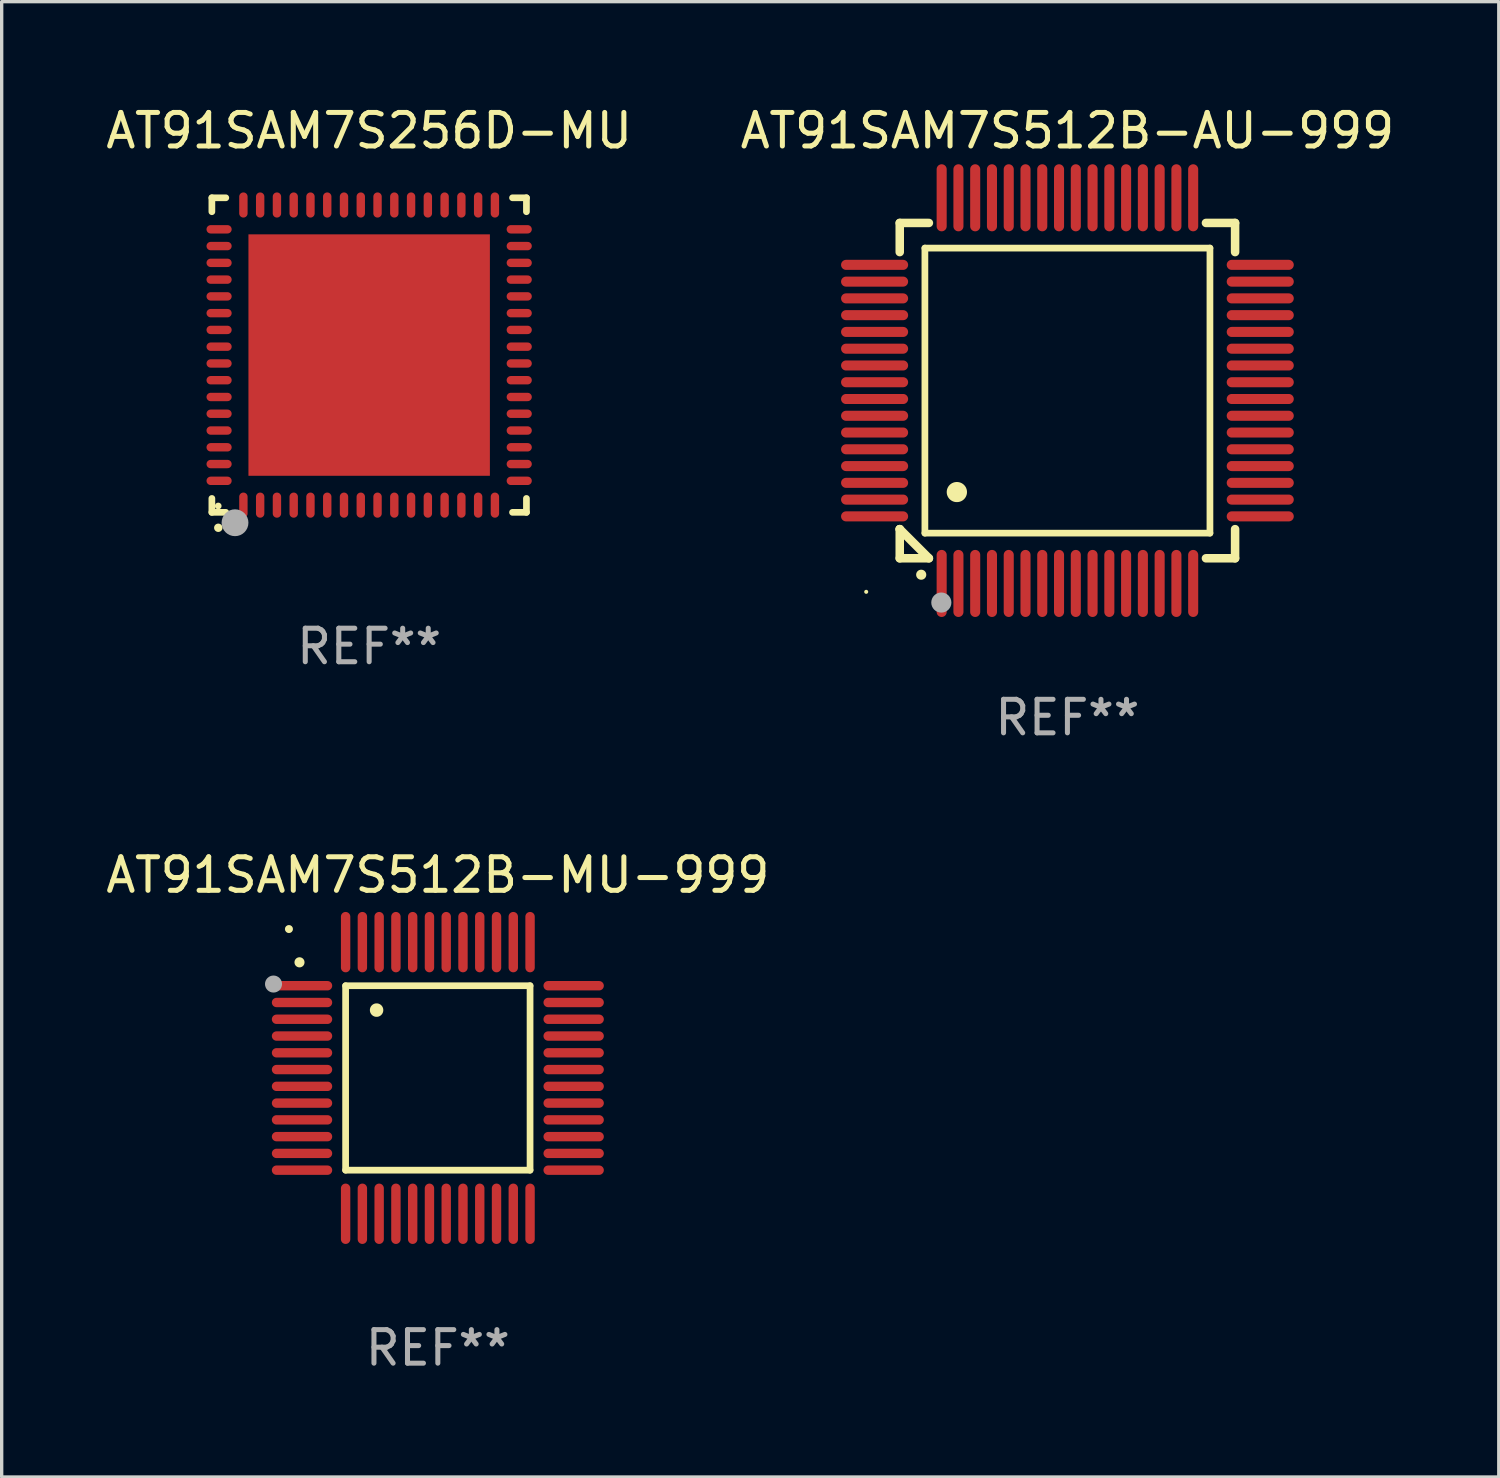
<source format=kicad_pcb>
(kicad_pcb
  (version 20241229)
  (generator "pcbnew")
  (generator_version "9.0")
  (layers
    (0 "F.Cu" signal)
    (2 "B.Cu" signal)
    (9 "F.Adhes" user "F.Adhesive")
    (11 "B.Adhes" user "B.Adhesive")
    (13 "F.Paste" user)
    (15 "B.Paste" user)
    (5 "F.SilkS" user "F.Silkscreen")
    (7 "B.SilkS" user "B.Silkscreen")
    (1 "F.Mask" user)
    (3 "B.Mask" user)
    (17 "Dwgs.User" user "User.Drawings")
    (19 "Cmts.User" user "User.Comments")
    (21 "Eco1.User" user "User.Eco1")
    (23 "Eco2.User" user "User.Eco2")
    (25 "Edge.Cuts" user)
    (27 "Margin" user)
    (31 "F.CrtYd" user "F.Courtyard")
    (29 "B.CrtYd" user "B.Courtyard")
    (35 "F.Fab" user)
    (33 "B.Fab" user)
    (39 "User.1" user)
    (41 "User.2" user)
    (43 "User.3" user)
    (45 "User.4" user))
  (footprint "AT91SAM7S512B-MU-999"
    (layer "F.Cu")
    (at 10.006 29.094)
    (property "Reference" "AT91SAM7S512B-MU-999" (at 0 -6.05 0) (layer "F.SilkS") (effects (font (size 1 1) (thickness 0.15))))
    (attr through_hole)
    (fp_line (start -2.75 -2.75) (end 2.75 -2.75) (stroke (width 0.2) (type solid)) (layer "F.SilkS"))
    (fp_line (start -2.75 2.75) (end -2.75 -2.75) (stroke (width 0.2) (type solid)) (layer "F.SilkS"))
    (fp_line (start 2.75 -2.75) (end 2.75 2.75) (stroke (width 0.2) (type solid)) (layer "F.SilkS"))
    (fp_line (start 2.75 2.75) (end -2.75 2.75) (stroke (width 0.2) (type solid)) (layer "F.SilkS"))
    (fp_arc (start -4.124968 -3.446787) (mid -4.124973 -3.448057) (end -4.124968 -3.449327) (stroke (width 0.3) (type solid)) (layer "F.SilkS"))
    (fp_arc (start -1.826264 -2.021844) (mid -1.826268 -2.023114) (end -1.826264 -2.024384) (stroke (width 0.4) (type solid)) (layer "F.SilkS"))
    (fp_circle (center -4.44 -4.44) (end -4.38 -4.44) (stroke (width 0.12) (type solid)) (fill no) (layer "F.SilkS"))
    (fp_circle (center -4.9 -2.8) (end -4.773 -2.8) (stroke (width 0.254) (type solid)) (fill no) (layer "F.Fab"))
    (fp_text user "REF**" (at 0 8.05 0) (layer "F.Fab") (effects (font (size 1 1) (thickness 0.15))))
    (pad "1" smd oval (at -4.05 -2.75 90) (size 0.28 1.8) (layers "F.Cu" "F.Mask" "F.Paste"))
    (pad "2" smd oval (at -4.05 -2.25 90) (size 0.28 1.8) (layers "F.Cu" "F.Mask" "F.Paste"))
    (pad "3" smd oval (at -4.05 -1.75 90) (size 0.28 1.8) (layers "F.Cu" "F.Mask" "F.Paste"))
    (pad "4" smd oval (at -4.05 -1.25 90) (size 0.28 1.8) (layers "F.Cu" "F.Mask" "F.Paste"))
    (pad "5" smd oval (at -4.05 -0.75 90) (size 0.28 1.8) (layers "F.Cu" "F.Mask" "F.Paste"))
    (pad "6" smd oval (at -4.05 -0.25 90) (size 0.28 1.8) (layers "F.Cu" "F.Mask" "F.Paste"))
    (pad "7" smd oval (at -4.05 0.25 90) (size 0.28 1.8) (layers "F.Cu" "F.Mask" "F.Paste"))
    (pad "8" smd oval (at -4.05 0.75 90) (size 0.28 1.8) (layers "F.Cu" "F.Mask" "F.Paste"))
    (pad "9" smd oval (at -4.05 1.25 90) (size 0.28 1.8) (layers "F.Cu" "F.Mask" "F.Paste"))
    (pad "10" smd oval (at -4.05 1.75 90) (size 0.28 1.8) (layers "F.Cu" "F.Mask" "F.Paste"))
    (pad "11" smd oval (at -4.05 2.25 90) (size 0.28 1.8) (layers "F.Cu" "F.Mask" "F.Paste"))
    (pad "12" smd oval (at -4.05 2.75 90) (size 0.28 1.8) (layers "F.Cu" "F.Mask" "F.Paste"))
    (pad "13" smd oval (at -2.75 4.05) (size 0.28 1.8) (layers "F.Cu" "F.Mask" "F.Paste"))
    (pad "14" smd oval (at -2.25 4.05) (size 0.28 1.8) (layers "F.Cu" "F.Mask" "F.Paste"))
    (pad "15" smd oval (at -1.75 4.05) (size 0.28 1.8) (layers "F.Cu" "F.Mask" "F.Paste"))
    (pad "16" smd oval (at -1.25 4.05) (size 0.28 1.8) (layers "F.Cu" "F.Mask" "F.Paste"))
    (pad "17" smd oval (at -0.75 4.05) (size 0.28 1.8) (layers "F.Cu" "F.Mask" "F.Paste"))
    (pad "18" smd oval (at -0.25 4.05) (size 0.28 1.8) (layers "F.Cu" "F.Mask" "F.Paste"))
    (pad "19" smd oval (at 0.25 4.05) (size 0.28 1.8) (layers "F.Cu" "F.Mask" "F.Paste"))
    (pad "20" smd oval (at 0.75 4.05) (size 0.28 1.8) (layers "F.Cu" "F.Mask" "F.Paste"))
    (pad "21" smd oval (at 1.25 4.05) (size 0.28 1.8) (layers "F.Cu" "F.Mask" "F.Paste"))
    (pad "22" smd oval (at 1.75 4.05) (size 0.28 1.8) (layers "F.Cu" "F.Mask" "F.Paste"))
    (pad "23" smd oval (at 2.25 4.05) (size 0.28 1.8) (layers "F.Cu" "F.Mask" "F.Paste"))
    (pad "24" smd oval (at 2.75 4.05) (size 0.28 1.8) (layers "F.Cu" "F.Mask" "F.Paste"))
    (pad "25" smd oval (at 4.05 2.75 90) (size 0.28 1.8) (layers "F.Cu" "F.Mask" "F.Paste"))
    (pad "26" smd oval (at 4.05 2.25 90) (size 0.28 1.8) (layers "F.Cu" "F.Mask" "F.Paste"))
    (pad "27" smd oval (at 4.05 1.75 90) (size 0.28 1.8) (layers "F.Cu" "F.Mask" "F.Paste"))
    (pad "28" smd oval (at 4.05 1.25 90) (size 0.28 1.8) (layers "F.Cu" "F.Mask" "F.Paste"))
    (pad "29" smd oval (at 4.05 0.75 90) (size 0.28 1.8) (layers "F.Cu" "F.Mask" "F.Paste"))
    (pad "30" smd oval (at 4.05 0.25 90) (size 0.28 1.8) (layers "F.Cu" "F.Mask" "F.Paste"))
    (pad "31" smd oval (at 4.05 -0.25 90) (size 0.28 1.8) (layers "F.Cu" "F.Mask" "F.Paste"))
    (pad "32" smd oval (at 4.05 -0.75 90) (size 0.28 1.8) (layers "F.Cu" "F.Mask" "F.Paste"))
    (pad "33" smd oval (at 4.05 -1.25 90) (size 0.28 1.8) (layers "F.Cu" "F.Mask" "F.Paste"))
    (pad "34" smd oval (at 4.05 -1.75 90) (size 0.28 1.8) (layers "F.Cu" "F.Mask" "F.Paste"))
    (pad "35" smd oval (at 4.05 -2.25 90) (size 0.28 1.8) (layers "F.Cu" "F.Mask" "F.Paste"))
    (pad "36" smd oval (at 4.05 -2.75 90) (size 0.28 1.8) (layers "F.Cu" "F.Mask" "F.Paste"))
    (pad "37" smd oval (at 2.75 -4.05) (size 0.28 1.8) (layers "F.Cu" "F.Mask" "F.Paste"))
    (pad "38" smd oval (at 2.25 -4.05) (size 0.28 1.8) (layers "F.Cu" "F.Mask" "F.Paste"))
    (pad "39" smd oval (at 1.75 -4.05) (size 0.28 1.8) (layers "F.Cu" "F.Mask" "F.Paste"))
    (pad "40" smd oval (at 1.25 -4.05) (size 0.28 1.8) (layers "F.Cu" "F.Mask" "F.Paste"))
    (pad "41" smd oval (at 0.75 -4.05) (size 0.28 1.8) (layers "F.Cu" "F.Mask" "F.Paste"))
    (pad "42" smd oval (at 0.25 -4.05) (size 0.28 1.8) (layers "F.Cu" "F.Mask" "F.Paste"))
    (pad "43" smd oval (at -0.25 -4.05) (size 0.28 1.8) (layers "F.Cu" "F.Mask" "F.Paste"))
    (pad "44" smd oval (at -0.75 -4.05) (size 0.28 1.8) (layers "F.Cu" "F.Mask" "F.Paste"))
    (pad "45" smd oval (at -1.25 -4.05) (size 0.28 1.8) (layers "F.Cu" "F.Mask" "F.Paste"))
    (pad "46" smd oval (at -1.75 -4.05) (size 0.28 1.8) (layers "F.Cu" "F.Mask" "F.Paste"))
    (pad "47" smd oval (at -2.25 -4.05) (size 0.28 1.8) (layers "F.Cu" "F.Mask" "F.Paste"))
    (pad "48" smd oval (at -2.75 -4.05) (size 0.28 1.8) (layers "F.Cu" "F.Mask" "F.Paste")))
  (footprint "AT91SAM7S512B-AU-999"
    (layer "F.Cu")
    (at 28.78 8.598)
    (property "Reference" "AT91SAM7S512B-AU-999" (at 0 -7.75 0) (layer "F.SilkS") (effects (font (size 1 1) (thickness 0.15))))
    (attr through_hole)
    (fp_line (start -5 -5) (end -4.131 -5) (stroke (width 0.254) (type solid)) (layer "F.SilkS"))
    (fp_line (start -5 -4.131) (end -5 -5) (stroke (width 0.254) (type solid)) (layer "F.SilkS"))
    (fp_line (start -5 4.131) (end -5 4.131) (stroke (width 0.254) (type solid)) (layer "F.SilkS"))
    (fp_line (start -5 5) (end -5 4.131) (stroke (width 0.254) (type solid)) (layer "F.SilkS"))
    (fp_line (start -5 4.131) (end -4.131 5) (stroke (width 0.254) (type solid)) (layer "F.SilkS"))
    (fp_line (start -4.25 -4.25) (end -4.25 4.25) (stroke (width 0.2) (type solid)) (layer "F.SilkS"))
    (fp_line (start -4.25 4.25) (end 4.25 4.25) (stroke (width 0.2) (type solid)) (layer "F.SilkS"))
    (fp_line (start -4.131 5) (end -5 5) (stroke (width 0.254) (type solid)) (layer "F.SilkS"))
    (fp_line (start 4.25 -4.25) (end -4.25 -4.25) (stroke (width 0.2) (type solid)) (layer "F.SilkS"))
    (fp_line (start 4.25 4.25) (end 4.25 -4.25) (stroke (width 0.2) (type solid)) (layer "F.SilkS"))
    (fp_line (start 5 -5) (end 4.131 -5) (stroke (width 0.254) (type solid)) (layer "F.SilkS"))
    (fp_line (start 5 -5) (end 5 -4.131) (stroke (width 0.254) (type solid)) (layer "F.SilkS"))
    (fp_line (start 5 4.131) (end 5 5) (stroke (width 0.254) (type solid)) (layer "F.SilkS"))
    (fp_line (start 5 5) (end 4.131 5) (stroke (width 0.254) (type solid)) (layer "F.SilkS"))
    (fp_arc (start -4.361265 5.489992) (mid -4.359995 5.489987) (end -4.358725 5.489992) (stroke (width 0.3) (type solid)) (layer "F.SilkS"))
    (fp_arc (start -3.299467 3.025146) (mid -3.296927 3.025135) (end -3.294387 3.025146) (stroke (width 0.6) (type solid)) (layer "F.SilkS"))
    (fp_circle (center -6 6) (end -5.97 6) (stroke (width 0.06) (type solid)) (fill no) (layer "F.SilkS"))
    (fp_circle (center -3.76 6.32) (end -3.61 6.32) (stroke (width 0.3) (type solid)) (fill no) (layer "F.Fab"))
    (fp_text user "REF**" (at 0 9.75 0) (layer "F.Fab") (effects (font (size 1 1) (thickness 0.15))))
    (pad "1" smd oval (at -3.75 5.75) (size 0.3 2) (layers "F.Cu" "F.Mask" "F.Paste"))
    (pad "2" smd oval (at -3.25 5.75) (size 0.3 2) (layers "F.Cu" "F.Mask" "F.Paste"))
    (pad "3" smd oval (at -2.75 5.75) (size 0.3 2) (layers "F.Cu" "F.Mask" "F.Paste"))
    (pad "4" smd oval (at -2.25 5.75) (size 0.3 2) (layers "F.Cu" "F.Mask" "F.Paste"))
    (pad "5" smd oval (at -1.75 5.75) (size 0.3 2) (layers "F.Cu" "F.Mask" "F.Paste"))
    (pad "6" smd oval (at -1.25 5.75) (size 0.3 2) (layers "F.Cu" "F.Mask" "F.Paste"))
    (pad "7" smd oval (at -0.75 5.75) (size 0.3 2) (layers "F.Cu" "F.Mask" "F.Paste"))
    (pad "8" smd oval (at -0.25 5.75) (size 0.3 2) (layers "F.Cu" "F.Mask" "F.Paste"))
    (pad "9" smd oval (at 0.25 5.75) (size 0.3 2) (layers "F.Cu" "F.Mask" "F.Paste"))
    (pad "10" smd oval (at 0.75 5.75) (size 0.3 2) (layers "F.Cu" "F.Mask" "F.Paste"))
    (pad "11" smd oval (at 1.25 5.75) (size 0.3 2) (layers "F.Cu" "F.Mask" "F.Paste"))
    (pad "12" smd oval (at 1.75 5.75) (size 0.3 2) (layers "F.Cu" "F.Mask" "F.Paste"))
    (pad "13" smd oval (at 2.25 5.75) (size 0.3 2) (layers "F.Cu" "F.Mask" "F.Paste"))
    (pad "14" smd oval (at 2.75 5.75) (size 0.3 2) (layers "F.Cu" "F.Mask" "F.Paste"))
    (pad "15" smd oval (at 3.25 5.75) (size 0.3 2) (layers "F.Cu" "F.Mask" "F.Paste"))
    (pad "16" smd oval (at 3.75 5.75) (size 0.3 2) (layers "F.Cu" "F.Mask" "F.Paste"))
    (pad "17" smd oval (at 5.75 3.75) (size 2 0.3) (layers "F.Cu" "F.Mask" "F.Paste"))
    (pad "18" smd oval (at 5.75 3.25) (size 2 0.3) (layers "F.Cu" "F.Mask" "F.Paste"))
    (pad "19" smd oval (at 5.75 2.75) (size 2 0.3) (layers "F.Cu" "F.Mask" "F.Paste"))
    (pad "20" smd oval (at 5.75 2.25) (size 2 0.3) (layers "F.Cu" "F.Mask" "F.Paste"))
    (pad "21" smd oval (at 5.75 1.75) (size 2 0.3) (layers "F.Cu" "F.Mask" "F.Paste"))
    (pad "22" smd oval (at 5.75 1.25) (size 2 0.3) (layers "F.Cu" "F.Mask" "F.Paste"))
    (pad "23" smd oval (at 5.75 0.75) (size 2 0.3) (layers "F.Cu" "F.Mask" "F.Paste"))
    (pad "24" smd oval (at 5.75 0.25) (size 2 0.3) (layers "F.Cu" "F.Mask" "F.Paste"))
    (pad "25" smd oval (at 5.75 -0.25) (size 2 0.3) (layers "F.Cu" "F.Mask" "F.Paste"))
    (pad "26" smd oval (at 5.75 -0.75) (size 2 0.3) (layers "F.Cu" "F.Mask" "F.Paste"))
    (pad "27" smd oval (at 5.75 -1.25) (size 2 0.3) (layers "F.Cu" "F.Mask" "F.Paste"))
    (pad "28" smd oval (at 5.75 -1.75) (size 2 0.3) (layers "F.Cu" "F.Mask" "F.Paste"))
    (pad "29" smd oval (at 5.75 -2.25) (size 2 0.3) (layers "F.Cu" "F.Mask" "F.Paste"))
    (pad "30" smd oval (at 5.75 -2.75) (size 2 0.3) (layers "F.Cu" "F.Mask" "F.Paste"))
    (pad "31" smd oval (at 5.75 -3.25) (size 2 0.3) (layers "F.Cu" "F.Mask" "F.Paste"))
    (pad "32" smd oval (at 5.75 -3.75) (size 2 0.3) (layers "F.Cu" "F.Mask" "F.Paste"))
    (pad "33" smd oval (at 3.75 -5.75) (size 0.3 2) (layers "F.Cu" "F.Mask" "F.Paste"))
    (pad "34" smd oval (at 3.25 -5.75) (size 0.3 2) (layers "F.Cu" "F.Mask" "F.Paste"))
    (pad "35" smd oval (at 2.75 -5.75) (size 0.3 2) (layers "F.Cu" "F.Mask" "F.Paste"))
    (pad "36" smd oval (at 2.25 -5.75) (size 0.3 2) (layers "F.Cu" "F.Mask" "F.Paste"))
    (pad "37" smd oval (at 1.75 -5.75) (size 0.3 2) (layers "F.Cu" "F.Mask" "F.Paste"))
    (pad "38" smd oval (at 1.25 -5.75) (size 0.3 2) (layers "F.Cu" "F.Mask" "F.Paste"))
    (pad "39" smd oval (at 0.75 -5.75) (size 0.3 2) (layers "F.Cu" "F.Mask" "F.Paste"))
    (pad "40" smd oval (at 0.25 -5.75) (size 0.3 2) (layers "F.Cu" "F.Mask" "F.Paste"))
    (pad "41" smd oval (at -0.25 -5.75) (size 0.3 2) (layers "F.Cu" "F.Mask" "F.Paste"))
    (pad "42" smd oval (at -0.75 -5.75) (size 0.3 2) (layers "F.Cu" "F.Mask" "F.Paste"))
    (pad "43" smd oval (at -1.25 -5.75) (size 0.3 2) (layers "F.Cu" "F.Mask" "F.Paste"))
    (pad "44" smd oval (at -1.75 -5.75) (size 0.3 2) (layers "F.Cu" "F.Mask" "F.Paste"))
    (pad "45" smd oval (at -2.25 -5.75) (size 0.3 2) (layers "F.Cu" "F.Mask" "F.Paste"))
    (pad "46" smd oval (at -2.75 -5.75) (size 0.3 2) (layers "F.Cu" "F.Mask" "F.Paste"))
    (pad "47" smd oval (at -3.25 -5.75) (size 0.3 2) (layers "F.Cu" "F.Mask" "F.Paste"))
    (pad "48" smd oval (at -3.75 -5.75) (size 0.3 2) (layers "F.Cu" "F.Mask" "F.Paste"))
    (pad "49" smd oval (at -5.75 -3.75) (size 2 0.3) (layers "F.Cu" "F.Mask" "F.Paste"))
    (pad "50" smd oval (at -5.75 -3.25) (size 2 0.3) (layers "F.Cu" "F.Mask" "F.Paste"))
    (pad "51" smd oval (at -5.75 -2.75) (size 2 0.3) (layers "F.Cu" "F.Mask" "F.Paste"))
    (pad "52" smd oval (at -5.75 -2.25) (size 2 0.3) (layers "F.Cu" "F.Mask" "F.Paste"))
    (pad "53" smd oval (at -5.75 -1.75) (size 2 0.3) (layers "F.Cu" "F.Mask" "F.Paste"))
    (pad "54" smd oval (at -5.75 -1.25) (size 2 0.3) (layers "F.Cu" "F.Mask" "F.Paste"))
    (pad "55" smd oval (at -5.75 -0.75) (size 2 0.3) (layers "F.Cu" "F.Mask" "F.Paste"))
    (pad "56" smd oval (at -5.75 -0.25) (size 2 0.3) (layers "F.Cu" "F.Mask" "F.Paste"))
    (pad "57" smd oval (at -5.75 0.25) (size 2 0.3) (layers "F.Cu" "F.Mask" "F.Paste"))
    (pad "58" smd oval (at -5.75 0.75) (size 2 0.3) (layers "F.Cu" "F.Mask" "F.Paste"))
    (pad "59" smd oval (at -5.75 1.25) (size 2 0.3) (layers "F.Cu" "F.Mask" "F.Paste"))
    (pad "60" smd oval (at -5.75 1.75) (size 2 0.3) (layers "F.Cu" "F.Mask" "F.Paste"))
    (pad "61" smd oval (at -5.75 2.25) (size 2 0.3) (layers "F.Cu" "F.Mask" "F.Paste"))
    (pad "62" smd oval (at -5.75 2.75) (size 2 0.3) (layers "F.Cu" "F.Mask" "F.Paste"))
    (pad "63" smd oval (at -5.75 3.25) (size 2 0.3) (layers "F.Cu" "F.Mask" "F.Paste"))
    (pad "64" smd oval (at -5.75 3.75) (size 2 0.3) (layers "F.Cu" "F.Mask" "F.Paste")))
  (footprint "AT91SAM7S256D-MU"
    (layer "F.Cu")
    (at 7.958 7.538)
    (property "Reference" "AT91SAM7S256D-MU" (at 0 -6.69 0) (layer "F.SilkS") (effects (font (size 1 1) (thickness 0.15))))
    (attr through_hole)
    (fp_line (start -4.69 -4.69) (end -4.275 -4.69) (stroke (width 0.2) (type solid)) (layer "F.SilkS"))
    (fp_line (start -4.69 -4.275) (end -4.69 -4.69) (stroke (width 0.2) (type solid)) (layer "F.SilkS"))
    (fp_line (start -4.69 4.69) (end -4.69 4.275) (stroke (width 0.2) (type solid)) (layer "F.SilkS"))
    (fp_line (start -4.275 4.69) (end -4.69 4.69) (stroke (width 0.2) (type solid)) (layer "F.SilkS"))
    (fp_line (start 4.275 4.69) (end 4.69 4.69) (stroke (width 0.2) (type solid)) (layer "F.SilkS"))
    (fp_line (start 4.69 -4.69) (end 4.275 -4.69) (stroke (width 0.2) (type solid)) (layer "F.SilkS"))
    (fp_line (start 4.69 -4.275) (end 4.69 -4.69) (stroke (width 0.2) (type solid)) (layer "F.SilkS"))
    (fp_line (start 4.69 4.69) (end 4.69 4.275) (stroke (width 0.2) (type solid)) (layer "F.SilkS"))
    (fp_arc (start -4.499886 5.15) (mid -4.498616 5.149994) (end -4.497346 5.15) (stroke (width 0.24892) (type solid)) (layer "F.SilkS"))
    (fp_circle (center -4.5 4.5) (end -4.45 4.5) (stroke (width 0.1) (type solid)) (fill no) (layer "F.SilkS"))
    (fp_circle (center -4 5) (end -3.8 5) (stroke (width 0.4) (type solid)) (fill no) (layer "F.Fab"))
    (fp_text user "REF**" (at 0 8.69 0) (layer "F.Fab") (effects (font (size 1 1) (thickness 0.15))))
    (pad "1" smd oval (at -3.75 4.475) (size 0.25 0.75) (layers "F.Cu" "F.Mask" "F.Paste"))
    (pad "2" smd oval (at -3.25 4.475) (size 0.25 0.75) (layers "F.Cu" "F.Mask" "F.Paste"))
    (pad "3" smd oval (at -2.75 4.475) (size 0.25 0.75) (layers "F.Cu" "F.Mask" "F.Paste"))
    (pad "4" smd oval (at -2.25 4.475) (size 0.25 0.75) (layers "F.Cu" "F.Mask" "F.Paste"))
    (pad "5" smd oval (at -1.75 4.475) (size 0.25 0.75) (layers "F.Cu" "F.Mask" "F.Paste"))
    (pad "6" smd oval (at -1.25 4.475) (size 0.25 0.75) (layers "F.Cu" "F.Mask" "F.Paste"))
    (pad "7" smd oval (at -0.75 4.475) (size 0.25 0.75) (layers "F.Cu" "F.Mask" "F.Paste"))
    (pad "8" smd oval (at -0.25 4.475) (size 0.25 0.75) (layers "F.Cu" "F.Mask" "F.Paste"))
    (pad "9" smd oval (at 0.25 4.475) (size 0.25 0.75) (layers "F.Cu" "F.Mask" "F.Paste"))
    (pad "10" smd oval (at 0.75 4.475) (size 0.25 0.75) (layers "F.Cu" "F.Mask" "F.Paste"))
    (pad "11" smd oval (at 1.25 4.475) (size 0.25 0.75) (layers "F.Cu" "F.Mask" "F.Paste"))
    (pad "12" smd oval (at 1.75 4.475) (size 0.25 0.75) (layers "F.Cu" "F.Mask" "F.Paste"))
    (pad "13" smd oval (at 2.25 4.475) (size 0.25 0.75) (layers "F.Cu" "F.Mask" "F.Paste"))
    (pad "14" smd oval (at 2.75 4.475) (size 0.25 0.75) (layers "F.Cu" "F.Mask" "F.Paste"))
    (pad "15" smd oval (at 3.25 4.475) (size 0.25 0.75) (layers "F.Cu" "F.Mask" "F.Paste"))
    (pad "16" smd oval (at 3.75 4.475) (size 0.25 0.75) (layers "F.Cu" "F.Mask" "F.Paste"))
    (pad "17" smd oval (at 4.475 3.75) (size 0.75 0.25) (layers "F.Cu" "F.Mask" "F.Paste"))
    (pad "18" smd oval (at 4.475 3.25) (size 0.75 0.25) (layers "F.Cu" "F.Mask" "F.Paste"))
    (pad "19" smd oval (at 4.475 2.75) (size 0.75 0.25) (layers "F.Cu" "F.Mask" "F.Paste"))
    (pad "20" smd oval (at 4.475 2.25) (size 0.75 0.25) (layers "F.Cu" "F.Mask" "F.Paste"))
    (pad "21" smd oval (at 4.475 1.75) (size 0.75 0.25) (layers "F.Cu" "F.Mask" "F.Paste"))
    (pad "22" smd oval (at 4.475 1.25) (size 0.75 0.25) (layers "F.Cu" "F.Mask" "F.Paste"))
    (pad "23" smd oval (at 4.475 0.75) (size 0.75 0.25) (layers "F.Cu" "F.Mask" "F.Paste"))
    (pad "24" smd oval (at 4.475 0.25) (size 0.75 0.25) (layers "F.Cu" "F.Mask" "F.Paste"))
    (pad "25" smd oval (at 4.475 -0.25) (size 0.75 0.25) (layers "F.Cu" "F.Mask" "F.Paste"))
    (pad "26" smd oval (at 4.475 -0.75) (size 0.75 0.25) (layers "F.Cu" "F.Mask" "F.Paste"))
    (pad "27" smd oval (at 4.475 -1.25) (size 0.75 0.25) (layers "F.Cu" "F.Mask" "F.Paste"))
    (pad "28" smd oval (at 4.475 -1.75) (size 0.75 0.25) (layers "F.Cu" "F.Mask" "F.Paste"))
    (pad "29" smd oval (at 4.475 -2.25) (size 0.75 0.25) (layers "F.Cu" "F.Mask" "F.Paste"))
    (pad "30" smd oval (at 4.475 -2.75) (size 0.75 0.25) (layers "F.Cu" "F.Mask" "F.Paste"))
    (pad "31" smd oval (at 4.475 -3.25) (size 0.75 0.25) (layers "F.Cu" "F.Mask" "F.Paste"))
    (pad "32" smd oval (at 4.475 -3.75) (size 0.75 0.25) (layers "F.Cu" "F.Mask" "F.Paste"))
    (pad "33" smd oval (at 3.75 -4.475) (size 0.25 0.75) (layers "F.Cu" "F.Mask" "F.Paste"))
    (pad "34" smd oval (at 3.25 -4.475) (size 0.25 0.75) (layers "F.Cu" "F.Mask" "F.Paste"))
    (pad "35" smd oval (at 2.75 -4.475) (size 0.25 0.75) (layers "F.Cu" "F.Mask" "F.Paste"))
    (pad "36" smd oval (at 2.25 -4.475) (size 0.25 0.75) (layers "F.Cu" "F.Mask" "F.Paste"))
    (pad "37" smd oval (at 1.75 -4.475) (size 0.25 0.75) (layers "F.Cu" "F.Mask" "F.Paste"))
    (pad "38" smd oval (at 1.25 -4.475) (size 0.25 0.75) (layers "F.Cu" "F.Mask" "F.Paste"))
    (pad "39" smd oval (at 0.75 -4.475) (size 0.25 0.75) (layers "F.Cu" "F.Mask" "F.Paste"))
    (pad "40" smd oval (at 0.25 -4.475) (size 0.25 0.75) (layers "F.Cu" "F.Mask" "F.Paste"))
    (pad "41" smd oval (at -0.25 -4.475) (size 0.25 0.75) (layers "F.Cu" "F.Mask" "F.Paste"))
    (pad "42" smd oval (at -0.75 -4.475) (size 0.25 0.75) (layers "F.Cu" "F.Mask" "F.Paste"))
    (pad "43" smd oval (at -1.25 -4.475) (size 0.25 0.75) (layers "F.Cu" "F.Mask" "F.Paste"))
    (pad "44" smd oval (at -1.75 -4.475) (size 0.25 0.75) (layers "F.Cu" "F.Mask" "F.Paste"))
    (pad "45" smd oval (at -2.25 -4.475) (size 0.25 0.75) (layers "F.Cu" "F.Mask" "F.Paste"))
    (pad "46" smd oval (at -2.75 -4.475) (size 0.25 0.75) (layers "F.Cu" "F.Mask" "F.Paste"))
    (pad "47" smd oval (at -3.25 -4.475) (size 0.25 0.75) (layers "F.Cu" "F.Mask" "F.Paste"))
    (pad "48" smd oval (at -3.75 -4.475) (size 0.25 0.75) (layers "F.Cu" "F.Mask" "F.Paste"))
    (pad "49" smd oval (at -4.475 -3.75) (size 0.75 0.25) (layers "F.Cu" "F.Mask" "F.Paste"))
    (pad "50" smd oval (at -4.475 -3.25) (size 0.75 0.25) (layers "F.Cu" "F.Mask" "F.Paste"))
    (pad "51" smd oval (at -4.475 -2.75) (size 0.75 0.25) (layers "F.Cu" "F.Mask" "F.Paste"))
    (pad "52" smd oval (at -4.475 -2.25) (size 0.75 0.25) (layers "F.Cu" "F.Mask" "F.Paste"))
    (pad "53" smd oval (at -4.475 -1.75) (size 0.75 0.25) (layers "F.Cu" "F.Mask" "F.Paste"))
    (pad "54" smd oval (at -4.475 -1.25) (size 0.75 0.25) (layers "F.Cu" "F.Mask" "F.Paste"))
    (pad "55" smd oval (at -4.475 -0.75) (size 0.75 0.25) (layers "F.Cu" "F.Mask" "F.Paste"))
    (pad "56" smd oval (at -4.475 -0.25) (size 0.75 0.25) (layers "F.Cu" "F.Mask" "F.Paste"))
    (pad "57" smd oval (at -4.475 0.25) (size 0.75 0.25) (layers "F.Cu" "F.Mask" "F.Paste"))
    (pad "58" smd oval (at -4.475 0.75) (size 0.75 0.25) (layers "F.Cu" "F.Mask" "F.Paste"))
    (pad "59" smd oval (at -4.475 1.25) (size 0.75 0.25) (layers "F.Cu" "F.Mask" "F.Paste"))
    (pad "60" smd oval (at -4.475 1.75) (size 0.75 0.25) (layers "F.Cu" "F.Mask" "F.Paste"))
    (pad "61" smd oval (at -4.475 2.25) (size 0.75 0.25) (layers "F.Cu" "F.Mask" "F.Paste"))
    (pad "62" smd oval (at -4.475 2.75) (size 0.75 0.25) (layers "F.Cu" "F.Mask" "F.Paste"))
    (pad "63" smd oval (at -4.475 3.25) (size 0.75 0.25) (layers "F.Cu" "F.Mask" "F.Paste"))
    (pad "64" smd oval (at -4.475 3.75) (size 0.75 0.25) (layers "F.Cu" "F.Mask" "F.Paste"))
    (pad "65" smd rect (at 0.000368 0.000013) (size 7.2 7.2) (layers "F.Cu" "F.Mask" "F.Paste")))
  (gr_rect
    (start -3 -3)
    (end 41.643 40.993)
    (stroke (width 0.1) (type default))
    (fill no)
    (layer "Edge.Cuts")))
</source>
